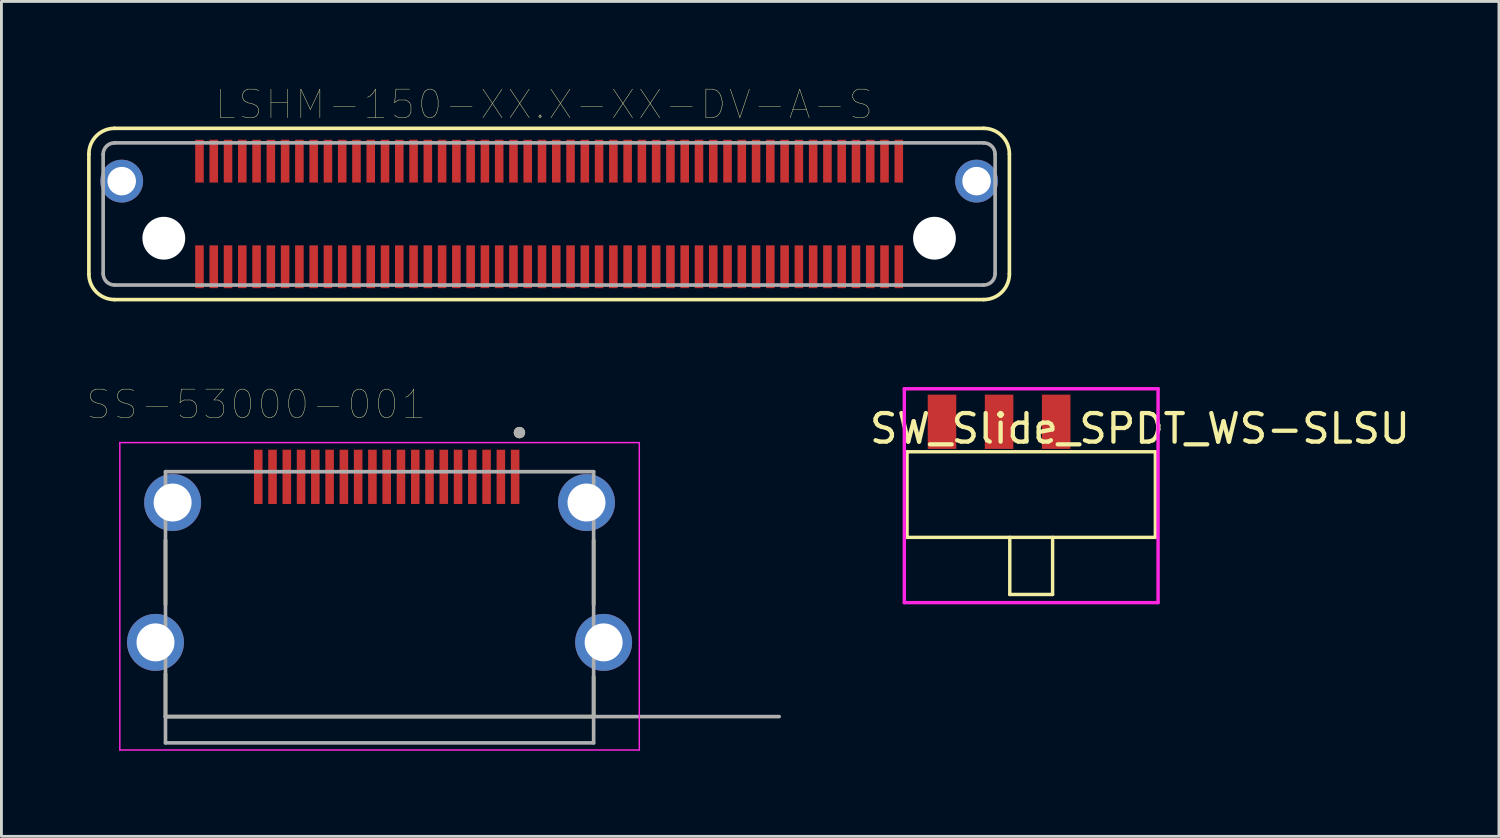
<source format=kicad_pcb>
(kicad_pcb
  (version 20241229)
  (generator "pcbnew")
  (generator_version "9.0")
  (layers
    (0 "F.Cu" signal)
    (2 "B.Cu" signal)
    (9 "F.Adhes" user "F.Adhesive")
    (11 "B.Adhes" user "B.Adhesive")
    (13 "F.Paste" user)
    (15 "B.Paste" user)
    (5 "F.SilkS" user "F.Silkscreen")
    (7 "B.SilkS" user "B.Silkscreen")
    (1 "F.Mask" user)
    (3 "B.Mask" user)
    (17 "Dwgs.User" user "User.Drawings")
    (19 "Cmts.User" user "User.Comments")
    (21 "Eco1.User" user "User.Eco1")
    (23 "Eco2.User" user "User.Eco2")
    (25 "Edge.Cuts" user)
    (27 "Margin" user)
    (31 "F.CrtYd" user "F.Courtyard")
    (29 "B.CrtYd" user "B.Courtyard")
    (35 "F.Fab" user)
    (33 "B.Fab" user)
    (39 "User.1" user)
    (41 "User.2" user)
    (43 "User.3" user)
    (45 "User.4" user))
  (footprint "SS-53000-001"
    (layer "F.Cu")
    (at 10.248 13.656)
    (property "Reference" "SS-53000-001" (at -4.325 -2.535 0) (layer "F.SilkS") (effects (font (size 1 1) (thickness 0.015))))
    (attr smd)
    (fp_line (start -7.5 2.22) (end -7.5 4.48) (stroke (width 0.127) (type solid)) (layer "F.SilkS"))
    (fp_line (start -7.5 6.9) (end -7.5 8.4) (stroke (width 0.127) (type solid)) (layer "F.SilkS"))
    (fp_line (start -7.5 8.4) (end 7.5 8.4) (stroke (width 0.127) (type solid)) (layer "F.SilkS"))
    (fp_line (start 7.5 2.22) (end 7.5 4.48) (stroke (width 0.127) (type solid)) (layer "F.SilkS"))
    (fp_line (start 7.5 8.4) (end 7.5 7) (stroke (width 0.127) (type solid)) (layer "F.SilkS"))
    (fp_circle (center 4.9 -1.55) (end 5 -1.55) (stroke (width 0.2) (type solid)) (fill no) (layer "F.SilkS"))
    (fp_line (start -9.1 -1.2) (end 9.1 -1.2) (stroke (width 0.05) (type solid)) (layer "F.CrtYd"))
    (fp_line (start -9.1 9.57) (end -9.1 -1.2) (stroke (width 0.05) (type solid)) (layer "F.CrtYd"))
    (fp_line (start 9.1 -1.2) (end 9.1 9.57) (stroke (width 0.05) (type solid)) (layer "F.CrtYd"))
    (fp_line (start 9.1 9.57) (end -9.1 9.57) (stroke (width 0.05) (type solid)) (layer "F.CrtYd"))
    (fp_line (start -7.5 -0.18) (end 7.5 -0.18) (stroke (width 0.127) (type solid)) (layer "F.Fab"))
    (fp_line (start -7.5 8.4) (end -7.5 -0.18) (stroke (width 0.127) (type solid)) (layer "F.Fab"))
    (fp_line (start -7.5 8.4) (end 14 8.4) (stroke (width 0.127) (type solid)) (layer "F.Fab"))
    (fp_line (start -7.5 9.32) (end -7.5 8.4) (stroke (width 0.127) (type solid)) (layer "F.Fab"))
    (fp_line (start 7.5 -0.18) (end 7.5 9.32) (stroke (width 0.127) (type solid)) (layer "F.Fab"))
    (fp_line (start 7.5 9.32) (end -7.5 9.32) (stroke (width 0.127) (type solid)) (layer "F.Fab"))
    (fp_circle (center 4.9 -1.55) (end 5 -1.55) (stroke (width 0.2) (type solid)) (fill no) (layer "F.Fab"))
    (pad "1" smd rect (at 4.75 0) (size 0.3 1.9) (layers "F.Cu" "F.Mask" "F.Paste"))
    (pad "2" smd rect (at 4.25 0) (size 0.3 1.9) (layers "F.Cu" "F.Mask" "F.Paste"))
    (pad "3" smd rect (at 3.75 0) (size 0.3 1.9) (layers "F.Cu" "F.Mask" "F.Paste"))
    (pad "4" smd rect (at 3.25 0) (size 0.3 1.9) (layers "F.Cu" "F.Mask" "F.Paste"))
    (pad "5" smd rect (at 2.75 0) (size 0.3 1.9) (layers "F.Cu" "F.Mask" "F.Paste"))
    (pad "6" smd rect (at 2.25 0) (size 0.3 1.9) (layers "F.Cu" "F.Mask" "F.Paste"))
    (pad "7" smd rect (at 1.75 0) (size 0.3 1.9) (layers "F.Cu" "F.Mask" "F.Paste"))
    (pad "8" smd rect (at 1.25 0) (size 0.3 1.9) (layers "F.Cu" "F.Mask" "F.Paste"))
    (pad "9" smd rect (at 0.75 0) (size 0.3 1.9) (layers "F.Cu" "F.Mask" "F.Paste"))
    (pad "10" smd rect (at 0.25 0) (size 0.3 1.9) (layers "F.Cu" "F.Mask" "F.Paste"))
    (pad "11" smd rect (at -0.25 0) (size 0.3 1.9) (layers "F.Cu" "F.Mask" "F.Paste"))
    (pad "12" smd rect (at -0.75 0) (size 0.3 1.9) (layers "F.Cu" "F.Mask" "F.Paste"))
    (pad "13" smd rect (at -1.25 0) (size 0.3 1.9) (layers "F.Cu" "F.Mask" "F.Paste"))
    (pad "14" smd rect (at -1.75 0) (size 0.3 1.9) (layers "F.Cu" "F.Mask" "F.Paste"))
    (pad "15" smd rect (at -2.25 0) (size 0.3 1.9) (layers "F.Cu" "F.Mask" "F.Paste"))
    (pad "16" smd rect (at -2.75 0) (size 0.3 1.9) (layers "F.Cu" "F.Mask" "F.Paste"))
    (pad "17" smd rect (at -3.25 0) (size 0.3 1.9) (layers "F.Cu" "F.Mask" "F.Paste"))
    (pad "18" smd rect (at -3.75 0) (size 0.3 1.9) (layers "F.Cu" "F.Mask" "F.Paste"))
    (pad "19" smd rect (at -4.25 0) (size 0.3 1.9) (layers "F.Cu" "F.Mask" "F.Paste"))
    (pad "SH" thru_hole circle (at -7.85 5.8) (size 1.995 1.995) (drill 1.33) (layers "*.Cu" "*.Mask"))
    (pad "SH" thru_hole circle (at -7.25 0.9) (size 1.995 1.995) (drill 1.33) (layers "*.Cu" "*.Mask"))
    (pad "SH" thru_hole circle (at 7.25 0.9) (size 1.995 1.995) (drill 1.33) (layers "*.Cu" "*.Mask"))
    (pad "SH" thru_hole circle (at 7.85 5.8) (size 1.995 1.995) (drill 1.33) (layers "*.Cu" "*.Mask")))
  (footprint "SW_Slide_SPDT_WS-SLSU"
    (layer "F.Cu")
    (at 33.078 15.777)
    (property "Reference" "SW_Slide_SPDT_WS-SLSU" (at 3.81 -3.81 0) (layer "F.SilkS") (effects (font (size 1 1) (thickness 0.15))))
    (attr through_hole)
    (fp_line (start -4.35 -3) (end -4.35 0) (stroke (width 0.12) (type solid)) (layer "F.SilkS"))
    (fp_line (start -4.35 -3) (end 4.35 -3) (stroke (width 0.12) (type solid)) (layer "F.SilkS"))
    (fp_line (start -4.35 0) (end 4.35 0) (stroke (width 0.12) (type solid)) (layer "F.SilkS"))
    (fp_line (start -0.75 2) (end -0.75 0) (stroke (width 0.12) (type solid)) (layer "F.SilkS"))
    (fp_line (start -0.75 2) (end 0.75 2) (stroke (width 0.12) (type solid)) (layer "F.SilkS"))
    (fp_line (start 0.75 2) (end 0.75 0) (stroke (width 0.12) (type solid)) (layer "F.SilkS"))
    (fp_line (start 4.35 0) (end 4.35 -3) (stroke (width 0.12) (type solid)) (layer "F.SilkS"))
    (fp_line (start -4.445 -5.207) (end -4.445 2.286) (stroke (width 0.12) (type solid)) (layer "F.CrtYd"))
    (fp_line (start -4.445 -5.207) (end 4.445 -5.207) (stroke (width 0.12) (type solid)) (layer "F.CrtYd"))
    (fp_line (start -4.445 2.286) (end 4.445 2.286) (stroke (width 0.12) (type solid)) (layer "F.CrtYd"))
    (fp_line (start 4.445 2.286) (end 4.445 -5.207) (stroke (width 0.12) (type solid)) (layer "F.CrtYd"))
    (pad "1" smd rect (at -3.125 -3.1) (size 1 1.9) (drill (offset 0 -0.95)) (layers "F.Cu" "F.Mask" "F.Paste"))
    (pad "2" smd rect (at -1.125 -3.1) (size 1 1.9) (drill (offset 0 -0.95)) (layers "F.Cu" "F.Mask" "F.Paste"))
    (pad "3" smd rect (at 0.875 -3.1) (size 1 1.9) (drill (offset 0 -0.95)) (layers "F.Cu" "F.Mask" "F.Paste")))
  (footprint "LSHM-150-XX.X-XX-DV-A-S"
    (layer "F.Cu")
    (at 16.189 4.446)
    (property "Reference" "LSHM-150-XX.X-XX-DV-A-S" (at -0.175 -3.835 0) (layer "F.SilkS") (effects (font (size 1 1) (thickness 0.015))))
    (attr through_hole)
    (fp_line (start -16.125 2.1) (end -16.125 -2.1) (stroke (width 0.127) (type solid)) (layer "F.SilkS"))
    (fp_line (start -15.225 -3) (end 15.225 -3) (stroke (width 0.127) (type solid)) (layer "F.SilkS"))
    (fp_line (start 15.225 3) (end -15.225 3) (stroke (width 0.127) (type solid)) (layer "F.SilkS"))
    (fp_line (start 16.125 -2.1) (end 16.125 2.1) (stroke (width 0.127) (type solid)) (layer "F.SilkS"))
    (fp_arc (start -16.125 -2.1) (mid -15.861396 -2.736396) (end -15.225 -3) (stroke (width 0.127) (type solid)) (layer "F.SilkS"))
    (fp_arc (start -15.225 3) (mid -15.861396 2.736396) (end -16.125 2.1) (stroke (width 0.127) (type solid)) (layer "F.SilkS"))
    (fp_arc (start 15.225 -3) (mid 15.861396 -2.736396) (end 16.125 -2.1) (stroke (width 0.127) (type solid)) (layer "F.SilkS"))
    (fp_arc (start 16.125 2.1) (mid 15.861396 2.736396) (end 15.225 3) (stroke (width 0.127) (type solid)) (layer "F.SilkS"))
    (fp_line (start -15.625 2.09) (end -15.625 -2.09) (stroke (width 0.127) (type solid)) (layer "F.Fab"))
    (fp_line (start -15.225 -2.49) (end 15.225 -2.49) (stroke (width 0.127) (type solid)) (layer "F.Fab"))
    (fp_line (start 15.225 2.49) (end -15.225 2.49) (stroke (width 0.127) (type solid)) (layer "F.Fab"))
    (fp_line (start 15.625 -2.09) (end 15.625 2.09) (stroke (width 0.127) (type solid)) (layer "F.Fab"))
    (fp_arc (start -15.625 -2.09) (mid -15.507843 -2.372843) (end -15.225 -2.49) (stroke (width 0.127) (type solid)) (layer "F.Fab"))
    (fp_arc (start -15.225 2.49) (mid -15.507843 2.372843) (end -15.625 2.09) (stroke (width 0.127) (type solid)) (layer "F.Fab"))
    (fp_arc (start 15.225 -2.49) (mid 15.507843 -2.372843) (end 15.625 -2.09) (stroke (width 0.127) (type solid)) (layer "F.Fab"))
    (fp_arc (start 15.625 2.09) (mid 15.507843 2.372843) (end 15.225 2.49) (stroke (width 0.127) (type solid)) (layer "F.Fab"))
    (pad "" np_thru_hole circle (at -13.5 0.85) (size 1.5 1.5) (drill 1.5) (layers "*.Cu" "*.Mask"))
    (pad "" np_thru_hole circle (at 13.5 0.85) (size 1.5 1.5) (drill 1.5) (layers "*.Cu" "*.Mask"))
    (pad "1" smd rect (at 12.25 1.85) (size 0.3 1.5) (layers "F.Cu" "F.Mask" "F.Paste"))
    (pad "2" smd rect (at 12.25 -1.85) (size 0.3 1.5) (layers "F.Cu" "F.Mask" "F.Paste"))
    (pad "3" smd rect (at 11.75 1.85) (size 0.3 1.5) (layers "F.Cu" "F.Mask" "F.Paste"))
    (pad "4" smd rect (at 11.75 -1.85) (size 0.3 1.5) (layers "F.Cu" "F.Mask" "F.Paste"))
    (pad "5" smd rect (at 11.25 1.85) (size 0.3 1.5) (layers "F.Cu" "F.Mask" "F.Paste"))
    (pad "6" smd rect (at 11.25 -1.85) (size 0.3 1.5) (layers "F.Cu" "F.Mask" "F.Paste"))
    (pad "7" smd rect (at 10.75 1.85) (size 0.3 1.5) (layers "F.Cu" "F.Mask" "F.Paste"))
    (pad "8" smd rect (at 10.75 -1.85) (size 0.3 1.5) (layers "F.Cu" "F.Mask" "F.Paste"))
    (pad "9" smd rect (at 10.25 1.85) (size 0.3 1.5) (layers "F.Cu" "F.Mask" "F.Paste"))
    (pad "10" smd rect (at 10.25 -1.85) (size 0.3 1.5) (layers "F.Cu" "F.Mask" "F.Paste"))
    (pad "11" smd rect (at 9.75 1.85) (size 0.3 1.5) (layers "F.Cu" "F.Mask" "F.Paste"))
    (pad "12" smd rect (at 9.75 -1.85) (size 0.3 1.5) (layers "F.Cu" "F.Mask" "F.Paste"))
    (pad "13" smd rect (at 9.25 1.85) (size 0.3 1.5) (layers "F.Cu" "F.Mask" "F.Paste"))
    (pad "14" smd rect (at 9.25 -1.85) (size 0.3 1.5) (layers "F.Cu" "F.Mask" "F.Paste"))
    (pad "15" smd rect (at 8.75 1.85) (size 0.3 1.5) (layers "F.Cu" "F.Mask" "F.Paste"))
    (pad "16" smd rect (at 8.75 -1.85) (size 0.3 1.5) (layers "F.Cu" "F.Mask" "F.Paste"))
    (pad "17" smd rect (at 8.25 1.85) (size 0.3 1.5) (layers "F.Cu" "F.Mask" "F.Paste"))
    (pad "18" smd rect (at 8.25 -1.85) (size 0.3 1.5) (layers "F.Cu" "F.Mask" "F.Paste"))
    (pad "19" smd rect (at 7.75 1.85) (size 0.3 1.5) (layers "F.Cu" "F.Mask" "F.Paste"))
    (pad "20" smd rect (at 7.75 -1.85) (size 0.3 1.5) (layers "F.Cu" "F.Mask" "F.Paste"))
    (pad "21" smd rect (at 7.25 1.85) (size 0.3 1.5) (layers "F.Cu" "F.Mask" "F.Paste"))
    (pad "22" smd rect (at 7.25 -1.85) (size 0.3 1.5) (layers "F.Cu" "F.Mask" "F.Paste"))
    (pad "23" smd rect (at 6.75 1.85) (size 0.3 1.5) (layers "F.Cu" "F.Mask" "F.Paste"))
    (pad "24" smd rect (at 6.75 -1.85) (size 0.3 1.5) (layers "F.Cu" "F.Mask" "F.Paste"))
    (pad "25" smd rect (at 6.25 1.85) (size 0.3 1.5) (layers "F.Cu" "F.Mask" "F.Paste"))
    (pad "26" smd rect (at 6.25 -1.85) (size 0.3 1.5) (layers "F.Cu" "F.Mask" "F.Paste"))
    (pad "27" smd rect (at 5.75 1.85) (size 0.3 1.5) (layers "F.Cu" "F.Mask" "F.Paste"))
    (pad "28" smd rect (at 5.75 -1.85) (size 0.3 1.5) (layers "F.Cu" "F.Mask" "F.Paste"))
    (pad "29" smd rect (at 5.25 1.85) (size 0.3 1.5) (layers "F.Cu" "F.Mask" "F.Paste"))
    (pad "30" smd rect (at 5.25 -1.85) (size 0.3 1.5) (layers "F.Cu" "F.Mask" "F.Paste"))
    (pad "31" smd rect (at 4.75 1.85) (size 0.3 1.5) (layers "F.Cu" "F.Mask" "F.Paste"))
    (pad "32" smd rect (at 4.75 -1.85) (size 0.3 1.5) (layers "F.Cu" "F.Mask" "F.Paste"))
    (pad "33" smd rect (at 4.25 1.85) (size 0.3 1.5) (layers "F.Cu" "F.Mask" "F.Paste"))
    (pad "34" smd rect (at 4.25 -1.85) (size 0.3 1.5) (layers "F.Cu" "F.Mask" "F.Paste"))
    (pad "35" smd rect (at 3.75 1.85) (size 0.3 1.5) (layers "F.Cu" "F.Mask" "F.Paste"))
    (pad "36" smd rect (at 3.75 -1.85) (size 0.3 1.5) (layers "F.Cu" "F.Mask" "F.Paste"))
    (pad "37" smd rect (at 3.25 1.85) (size 0.3 1.5) (layers "F.Cu" "F.Mask" "F.Paste"))
    (pad "38" smd rect (at 3.25 -1.85) (size 0.3 1.5) (layers "F.Cu" "F.Mask" "F.Paste"))
    (pad "39" smd rect (at 2.75 1.85) (size 0.3 1.5) (layers "F.Cu" "F.Mask" "F.Paste"))
    (pad "40" smd rect (at 2.75 -1.85) (size 0.3 1.5) (layers "F.Cu" "F.Mask" "F.Paste"))
    (pad "41" smd rect (at 2.25 1.85) (size 0.3 1.5) (layers "F.Cu" "F.Mask" "F.Paste"))
    (pad "42" smd rect (at 2.25 -1.85) (size 0.3 1.5) (layers "F.Cu" "F.Mask" "F.Paste"))
    (pad "43" smd rect (at 1.75 1.85) (size 0.3 1.5) (layers "F.Cu" "F.Mask" "F.Paste"))
    (pad "44" smd rect (at 1.75 -1.85) (size 0.3 1.5) (layers "F.Cu" "F.Mask" "F.Paste"))
    (pad "45" smd rect (at 1.25 1.85) (size 0.3 1.5) (layers "F.Cu" "F.Mask" "F.Paste"))
    (pad "46" smd rect (at 1.25 -1.85) (size 0.3 1.5) (layers "F.Cu" "F.Mask" "F.Paste"))
    (pad "47" smd rect (at 0.75 1.85) (size 0.3 1.5) (layers "F.Cu" "F.Mask" "F.Paste"))
    (pad "48" smd rect (at 0.75 -1.85) (size 0.3 1.5) (layers "F.Cu" "F.Mask" "F.Paste"))
    (pad "49" smd rect (at 0.25 1.85) (size 0.3 1.5) (layers "F.Cu" "F.Mask" "F.Paste"))
    (pad "50" smd rect (at 0.25 -1.85) (size 0.3 1.5) (layers "F.Cu" "F.Mask" "F.Paste"))
    (pad "51" smd rect (at -0.25 1.85) (size 0.3 1.5) (layers "F.Cu" "F.Mask" "F.Paste"))
    (pad "52" smd rect (at -0.25 -1.85) (size 0.3 1.5) (layers "F.Cu" "F.Mask" "F.Paste"))
    (pad "53" smd rect (at -0.75 1.85) (size 0.3 1.5) (layers "F.Cu" "F.Mask" "F.Paste"))
    (pad "54" smd rect (at -0.75 -1.85) (size 0.3 1.5) (layers "F.Cu" "F.Mask" "F.Paste"))
    (pad "55" smd rect (at -1.25 1.85) (size 0.3 1.5) (layers "F.Cu" "F.Mask" "F.Paste"))
    (pad "56" smd rect (at -1.25 -1.85) (size 0.3 1.5) (layers "F.Cu" "F.Mask" "F.Paste"))
    (pad "57" smd rect (at -1.75 1.85) (size 0.3 1.5) (layers "F.Cu" "F.Mask" "F.Paste"))
    (pad "58" smd rect (at -1.75 -1.85) (size 0.3 1.5) (layers "F.Cu" "F.Mask" "F.Paste"))
    (pad "59" smd rect (at -2.25 1.85) (size 0.3 1.5) (layers "F.Cu" "F.Mask" "F.Paste"))
    (pad "60" smd rect (at -2.25 -1.85) (size 0.3 1.5) (layers "F.Cu" "F.Mask" "F.Paste"))
    (pad "61" smd rect (at -2.75 1.85) (size 0.3 1.5) (layers "F.Cu" "F.Mask" "F.Paste"))
    (pad "62" smd rect (at -2.75 -1.85) (size 0.3 1.5) (layers "F.Cu" "F.Mask" "F.Paste"))
    (pad "63" smd rect (at -3.25 1.85) (size 0.3 1.5) (layers "F.Cu" "F.Mask" "F.Paste"))
    (pad "64" smd rect (at -3.25 -1.85) (size 0.3 1.5) (layers "F.Cu" "F.Mask" "F.Paste"))
    (pad "65" smd rect (at -3.75 1.85) (size 0.3 1.5) (layers "F.Cu" "F.Mask" "F.Paste"))
    (pad "66" smd rect (at -3.75 -1.85) (size 0.3 1.5) (layers "F.Cu" "F.Mask" "F.Paste"))
    (pad "67" smd rect (at -4.25 1.85) (size 0.3 1.5) (layers "F.Cu" "F.Mask" "F.Paste"))
    (pad "68" smd rect (at -4.25 -1.85) (size 0.3 1.5) (layers "F.Cu" "F.Mask" "F.Paste"))
    (pad "69" smd rect (at -4.75 1.85) (size 0.3 1.5) (layers "F.Cu" "F.Mask" "F.Paste"))
    (pad "70" smd rect (at -4.75 -1.85) (size 0.3 1.5) (layers "F.Cu" "F.Mask" "F.Paste"))
    (pad "71" smd rect (at -5.25 1.85) (size 0.3 1.5) (layers "F.Cu" "F.Mask" "F.Paste"))
    (pad "72" smd rect (at -5.25 -1.85) (size 0.3 1.5) (layers "F.Cu" "F.Mask" "F.Paste"))
    (pad "73" smd rect (at -5.75 1.85) (size 0.3 1.5) (layers "F.Cu" "F.Mask" "F.Paste"))
    (pad "74" smd rect (at -5.75 -1.85) (size 0.3 1.5) (layers "F.Cu" "F.Mask" "F.Paste"))
    (pad "75" smd rect (at -6.25 1.85) (size 0.3 1.5) (layers "F.Cu" "F.Mask" "F.Paste"))
    (pad "76" smd rect (at -6.25 -1.85) (size 0.3 1.5) (layers "F.Cu" "F.Mask" "F.Paste"))
    (pad "77" smd rect (at -6.75 1.85) (size 0.3 1.5) (layers "F.Cu" "F.Mask" "F.Paste"))
    (pad "78" smd rect (at -6.75 -1.85) (size 0.3 1.5) (layers "F.Cu" "F.Mask" "F.Paste"))
    (pad "79" smd rect (at -7.25 1.85) (size 0.3 1.5) (layers "F.Cu" "F.Mask" "F.Paste"))
    (pad "80" smd rect (at -7.25 -1.85) (size 0.3 1.5) (layers "F.Cu" "F.Mask" "F.Paste"))
    (pad "81" smd rect (at -7.75 1.85) (size 0.3 1.5) (layers "F.Cu" "F.Mask" "F.Paste"))
    (pad "82" smd rect (at -7.75 -1.85) (size 0.3 1.5) (layers "F.Cu" "F.Mask" "F.Paste"))
    (pad "83" smd rect (at -8.25 1.85) (size 0.3 1.5) (layers "F.Cu" "F.Mask" "F.Paste"))
    (pad "84" smd rect (at -8.25 -1.85) (size 0.3 1.5) (layers "F.Cu" "F.Mask" "F.Paste"))
    (pad "85" smd rect (at -8.75 1.85) (size 0.3 1.5) (layers "F.Cu" "F.Mask" "F.Paste"))
    (pad "86" smd rect (at -8.75 -1.85) (size 0.3 1.5) (layers "F.Cu" "F.Mask" "F.Paste"))
    (pad "87" smd rect (at -9.25 1.85) (size 0.3 1.5) (layers "F.Cu" "F.Mask" "F.Paste"))
    (pad "88" smd rect (at -9.25 -1.85) (size 0.3 1.5) (layers "F.Cu" "F.Mask" "F.Paste"))
    (pad "89" smd rect (at -9.75 1.85) (size 0.3 1.5) (layers "F.Cu" "F.Mask" "F.Paste"))
    (pad "90" smd rect (at -9.75 -1.85) (size 0.3 1.5) (layers "F.Cu" "F.Mask" "F.Paste"))
    (pad "91" smd rect (at -10.25 1.85) (size 0.3 1.5) (layers "F.Cu" "F.Mask" "F.Paste"))
    (pad "92" smd rect (at -10.25 -1.85) (size 0.3 1.5) (layers "F.Cu" "F.Mask" "F.Paste"))
    (pad "93" smd rect (at -10.75 1.85) (size 0.3 1.5) (layers "F.Cu" "F.Mask" "F.Paste"))
    (pad "94" smd rect (at -10.75 -1.85) (size 0.3 1.5) (layers "F.Cu" "F.Mask" "F.Paste"))
    (pad "95" smd rect (at -11.25 1.85) (size 0.3 1.5) (layers "F.Cu" "F.Mask" "F.Paste"))
    (pad "96" smd rect (at -11.25 -1.85) (size 0.3 1.5) (layers "F.Cu" "F.Mask" "F.Paste"))
    (pad "97" smd rect (at -11.75 1.85) (size 0.3 1.5) (layers "F.Cu" "F.Mask" "F.Paste"))
    (pad "98" smd rect (at -11.75 -1.85) (size 0.3 1.5) (layers "F.Cu" "F.Mask" "F.Paste"))
    (pad "99" smd rect (at -12.25 1.85) (size 0.3 1.5) (layers "F.Cu" "F.Mask" "F.Paste"))
    (pad "100" smd rect (at -12.25 -1.85) (size 0.3 1.5) (layers "F.Cu" "F.Mask" "F.Paste"))
    (pad "101" thru_hole circle (at 14.975 -1.15) (size 1.5 1.5) (drill 1) (layers "*.Cu" "*.Mask"))
    (pad "102" thru_hole circle (at -14.975 -1.15) (size 1.5 1.5) (drill 1) (layers "*.Cu" "*.Mask")))
  (gr_rect
    (start -3 -3)
    (end 49.466 26.251)
    (stroke (width 0.1) (type default))
    (fill no)
    (layer "Edge.Cuts")))
</source>
